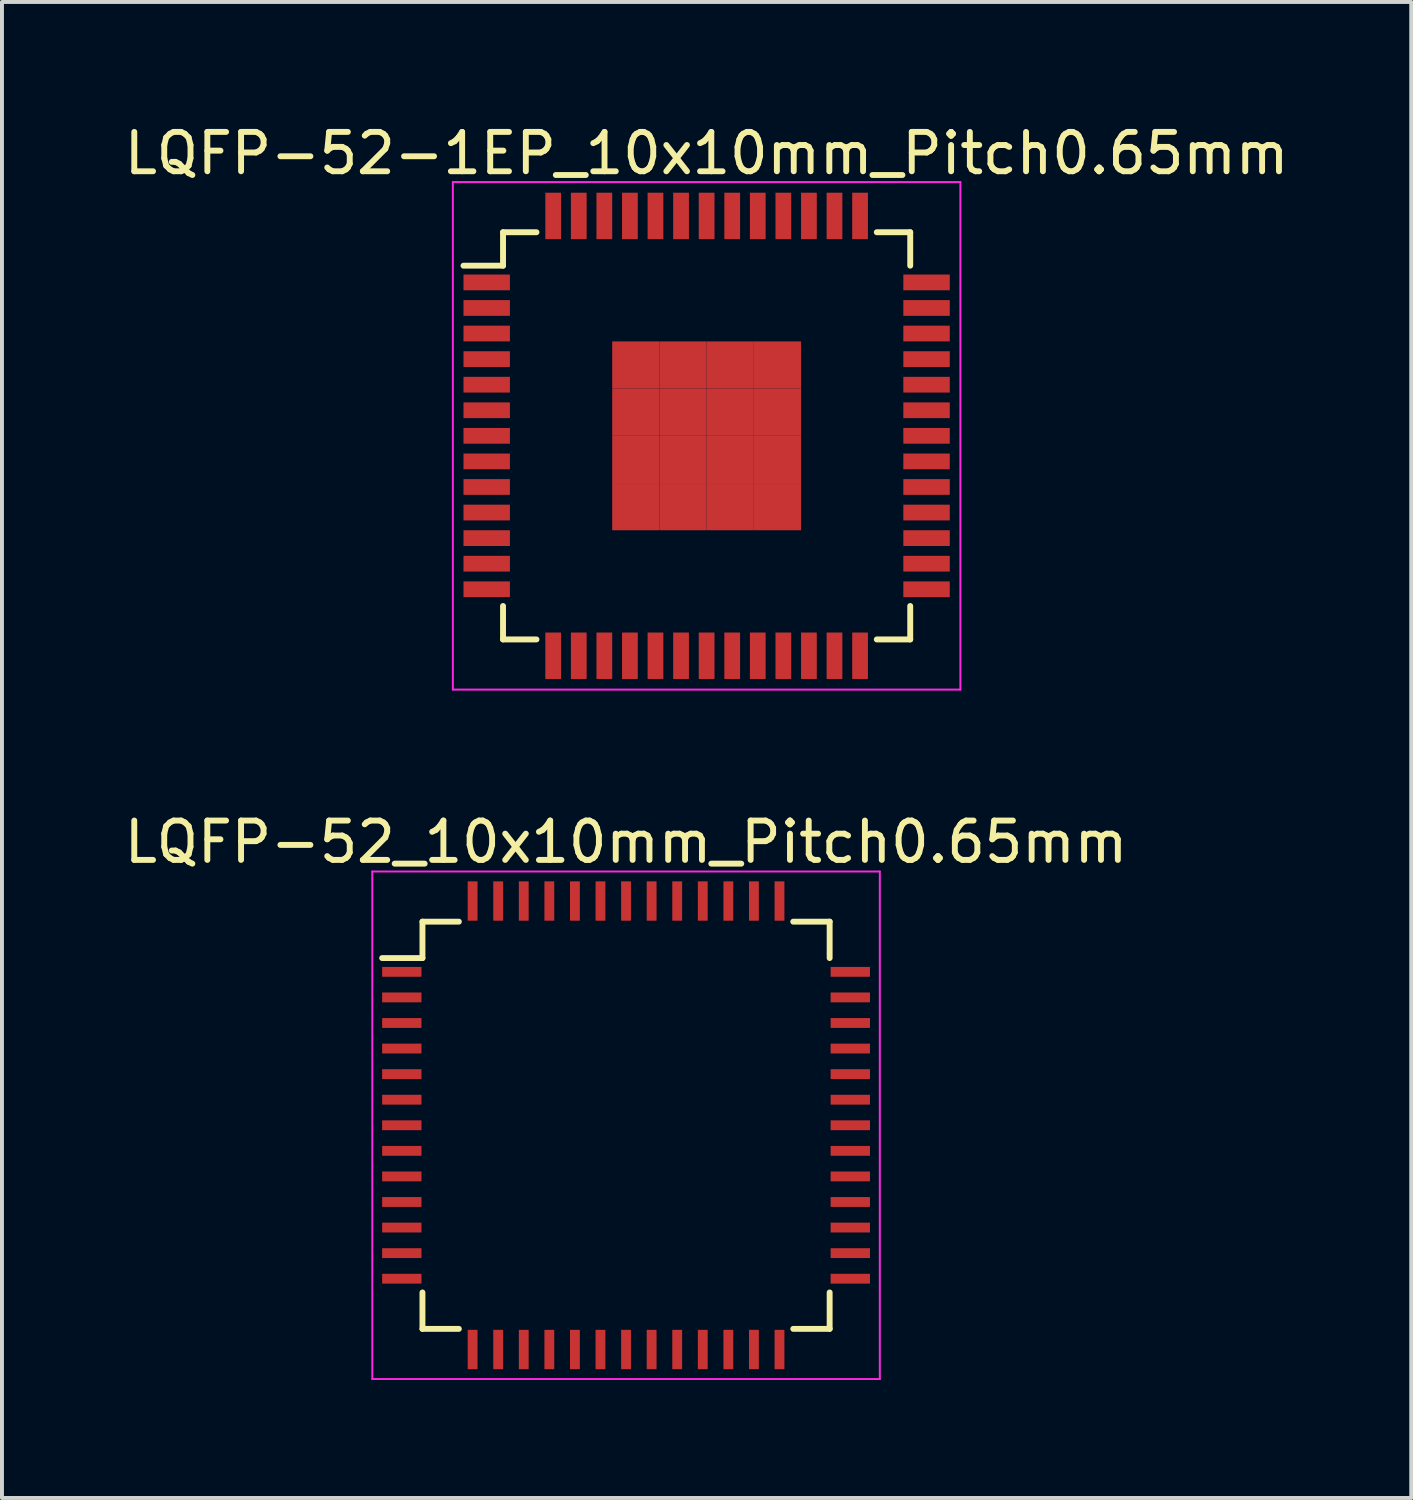
<source format=kicad_pcb>
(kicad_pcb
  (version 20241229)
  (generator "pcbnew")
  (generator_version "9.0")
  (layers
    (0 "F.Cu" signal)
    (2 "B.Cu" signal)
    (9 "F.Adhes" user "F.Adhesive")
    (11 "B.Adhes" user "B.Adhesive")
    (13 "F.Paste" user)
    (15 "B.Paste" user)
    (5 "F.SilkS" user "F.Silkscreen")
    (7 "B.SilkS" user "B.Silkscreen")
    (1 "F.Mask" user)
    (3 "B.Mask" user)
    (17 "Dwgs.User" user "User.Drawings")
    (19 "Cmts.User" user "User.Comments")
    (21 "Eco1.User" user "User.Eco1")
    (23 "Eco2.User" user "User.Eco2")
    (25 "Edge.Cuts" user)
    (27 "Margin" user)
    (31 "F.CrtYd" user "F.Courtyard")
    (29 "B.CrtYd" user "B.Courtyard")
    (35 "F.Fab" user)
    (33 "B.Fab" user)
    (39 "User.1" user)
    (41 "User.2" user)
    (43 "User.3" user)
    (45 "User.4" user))
  (footprint "LQFP-52_10x10mm_Pitch0.65mm"
    (layer "F.Cu")
    (at 12.863 25.552)
    (property "Reference" "LQFP-52_10x10mm_Pitch0.65mm" (at 0 -7.2 0) (layer "F.SilkS") (effects (font (size 1 1) (thickness 0.15))))
    (attr smd)
    (fp_line (start -5.175 -5.175) (end -5.175 -4.25) (stroke (width 0.15) (type solid)) (layer "F.SilkS"))
    (fp_line (start -5.175 -5.175) (end -4.25 -5.175) (stroke (width 0.15) (type solid)) (layer "F.SilkS"))
    (fp_line (start -5.175 -4.25) (end -6.2 -4.25) (stroke (width 0.15) (type solid)) (layer "F.SilkS"))
    (fp_line (start -5.175 5.175) (end -5.175 4.25) (stroke (width 0.15) (type solid)) (layer "F.SilkS"))
    (fp_line (start -5.175 5.175) (end -4.25 5.175) (stroke (width 0.15) (type solid)) (layer "F.SilkS"))
    (fp_line (start 5.175 -5.175) (end 4.25 -5.175) (stroke (width 0.15) (type solid)) (layer "F.SilkS"))
    (fp_line (start 5.175 -5.175) (end 5.175 -4.25) (stroke (width 0.15) (type solid)) (layer "F.SilkS"))
    (fp_line (start 5.175 5.175) (end 4.25 5.175) (stroke (width 0.15) (type solid)) (layer "F.SilkS"))
    (fp_line (start 5.175 5.175) (end 5.175 4.25) (stroke (width 0.15) (type solid)) (layer "F.SilkS"))
    (fp_line (start -6.45 -6.45) (end -6.45 6.45) (stroke (width 0.05) (type solid)) (layer "F.CrtYd"))
    (fp_line (start -6.45 -6.45) (end 6.45 -6.45) (stroke (width 0.05) (type solid)) (layer "F.CrtYd"))
    (fp_line (start -6.45 6.45) (end 6.45 6.45) (stroke (width 0.05) (type solid)) (layer "F.CrtYd"))
    (fp_line (start 6.45 -6.45) (end 6.45 6.45) (stroke (width 0.05) (type solid)) (layer "F.CrtYd"))
    (pad "1" smd rect (at -5.7 -3.9) (size 1 0.25) (layers "F.Cu" "F.Mask" "F.Paste"))
    (pad "2" smd rect (at -5.7 -3.25) (size 1 0.25) (layers "F.Cu" "F.Mask" "F.Paste"))
    (pad "3" smd rect (at -5.7 -2.6) (size 1 0.25) (layers "F.Cu" "F.Mask" "F.Paste"))
    (pad "4" smd rect (at -5.7 -1.95) (size 1 0.25) (layers "F.Cu" "F.Mask" "F.Paste"))
    (pad "5" smd rect (at -5.7 -1.3) (size 1 0.25) (layers "F.Cu" "F.Mask" "F.Paste"))
    (pad "6" smd rect (at -5.7 -0.65) (size 1 0.25) (layers "F.Cu" "F.Mask" "F.Paste"))
    (pad "7" smd rect (at -5.7 0) (size 1 0.25) (layers "F.Cu" "F.Mask" "F.Paste"))
    (pad "8" smd rect (at -5.7 0.65) (size 1 0.25) (layers "F.Cu" "F.Mask" "F.Paste"))
    (pad "9" smd rect (at -5.7 1.3) (size 1 0.25) (layers "F.Cu" "F.Mask" "F.Paste"))
    (pad "10" smd rect (at -5.7 1.95) (size 1 0.25) (layers "F.Cu" "F.Mask" "F.Paste"))
    (pad "11" smd rect (at -5.7 2.6) (size 1 0.25) (layers "F.Cu" "F.Mask" "F.Paste"))
    (pad "12" smd rect (at -5.7 3.25) (size 1 0.25) (layers "F.Cu" "F.Mask" "F.Paste"))
    (pad "13" smd rect (at -5.7 3.9) (size 1 0.25) (layers "F.Cu" "F.Mask" "F.Paste"))
    (pad "14" smd rect (at -3.9 5.7 90) (size 1 0.25) (layers "F.Cu" "F.Mask" "F.Paste"))
    (pad "15" smd rect (at -3.25 5.7 90) (size 1 0.25) (layers "F.Cu" "F.Mask" "F.Paste"))
    (pad "16" smd rect (at -2.6 5.7 90) (size 1 0.25) (layers "F.Cu" "F.Mask" "F.Paste"))
    (pad "17" smd rect (at -1.95 5.7 90) (size 1 0.25) (layers "F.Cu" "F.Mask" "F.Paste"))
    (pad "18" smd rect (at -1.3 5.7 90) (size 1 0.25) (layers "F.Cu" "F.Mask" "F.Paste"))
    (pad "19" smd rect (at -0.65 5.7 90) (size 1 0.25) (layers "F.Cu" "F.Mask" "F.Paste"))
    (pad "20" smd rect (at 0 5.7 90) (size 1 0.25) (layers "F.Cu" "F.Mask" "F.Paste"))
    (pad "21" smd rect (at 0.65 5.7 90) (size 1 0.25) (layers "F.Cu" "F.Mask" "F.Paste"))
    (pad "22" smd rect (at 1.3 5.7 90) (size 1 0.25) (layers "F.Cu" "F.Mask" "F.Paste"))
    (pad "23" smd rect (at 1.95 5.7 90) (size 1 0.25) (layers "F.Cu" "F.Mask" "F.Paste"))
    (pad "24" smd rect (at 2.6 5.7 90) (size 1 0.25) (layers "F.Cu" "F.Mask" "F.Paste"))
    (pad "25" smd rect (at 3.25 5.7 90) (size 1 0.25) (layers "F.Cu" "F.Mask" "F.Paste"))
    (pad "26" smd rect (at 3.9 5.7 90) (size 1 0.25) (layers "F.Cu" "F.Mask" "F.Paste"))
    (pad "27" smd rect (at 5.7 3.9) (size 1 0.25) (layers "F.Cu" "F.Mask" "F.Paste"))
    (pad "28" smd rect (at 5.7 3.25) (size 1 0.25) (layers "F.Cu" "F.Mask" "F.Paste"))
    (pad "29" smd rect (at 5.7 2.6) (size 1 0.25) (layers "F.Cu" "F.Mask" "F.Paste"))
    (pad "30" smd rect (at 5.7 1.95) (size 1 0.25) (layers "F.Cu" "F.Mask" "F.Paste"))
    (pad "31" smd rect (at 5.7 1.3) (size 1 0.25) (layers "F.Cu" "F.Mask" "F.Paste"))
    (pad "32" smd rect (at 5.7 0.65) (size 1 0.25) (layers "F.Cu" "F.Mask" "F.Paste"))
    (pad "33" smd rect (at 5.7 0) (size 1 0.25) (layers "F.Cu" "F.Mask" "F.Paste"))
    (pad "34" smd rect (at 5.7 -0.65) (size 1 0.25) (layers "F.Cu" "F.Mask" "F.Paste"))
    (pad "35" smd rect (at 5.7 -1.3) (size 1 0.25) (layers "F.Cu" "F.Mask" "F.Paste"))
    (pad "36" smd rect (at 5.7 -1.95) (size 1 0.25) (layers "F.Cu" "F.Mask" "F.Paste"))
    (pad "37" smd rect (at 5.7 -2.6) (size 1 0.25) (layers "F.Cu" "F.Mask" "F.Paste"))
    (pad "38" smd rect (at 5.7 -3.25) (size 1 0.25) (layers "F.Cu" "F.Mask" "F.Paste"))
    (pad "39" smd rect (at 5.7 -3.9) (size 1 0.25) (layers "F.Cu" "F.Mask" "F.Paste"))
    (pad "40" smd rect (at 3.9 -5.7 90) (size 1 0.25) (layers "F.Cu" "F.Mask" "F.Paste"))
    (pad "41" smd rect (at 3.25 -5.7 90) (size 1 0.25) (layers "F.Cu" "F.Mask" "F.Paste"))
    (pad "42" smd rect (at 2.6 -5.7 90) (size 1 0.25) (layers "F.Cu" "F.Mask" "F.Paste"))
    (pad "43" smd rect (at 1.95 -5.7 90) (size 1 0.25) (layers "F.Cu" "F.Mask" "F.Paste"))
    (pad "44" smd rect (at 1.3 -5.7 90) (size 1 0.25) (layers "F.Cu" "F.Mask" "F.Paste"))
    (pad "45" smd rect (at 0.65 -5.7 90) (size 1 0.25) (layers "F.Cu" "F.Mask" "F.Paste"))
    (pad "46" smd rect (at 0 -5.7 90) (size 1 0.25) (layers "F.Cu" "F.Mask" "F.Paste"))
    (pad "47" smd rect (at -0.65 -5.7 90) (size 1 0.25) (layers "F.Cu" "F.Mask" "F.Paste"))
    (pad "48" smd rect (at -1.3 -5.7 90) (size 1 0.25) (layers "F.Cu" "F.Mask" "F.Paste"))
    (pad "49" smd rect (at -1.95 -5.7 90) (size 1 0.25) (layers "F.Cu" "F.Mask" "F.Paste"))
    (pad "50" smd rect (at -2.6 -5.7 90) (size 1 0.25) (layers "F.Cu" "F.Mask" "F.Paste"))
    (pad "51" smd rect (at -3.25 -5.7 90) (size 1 0.25) (layers "F.Cu" "F.Mask" "F.Paste"))
    (pad "52" smd rect (at -3.9 -5.7 90) (size 1 0.25) (layers "F.Cu" "F.Mask" "F.Paste")))
  (footprint "LQFP-52-1EP_10x10mm_Pitch0.65mm"
    (layer "F.Cu")
    (at 14.911 8.028)
    (property "Reference" "LQFP-52-1EP_10x10mm_Pitch0.65mm" (at 0 -7.18 0) (layer "F.SilkS") (effects (font (size 1 1) (thickness 0.15))))
    (attr smd)
    (fp_line (start -5.175 -5.175) (end -5.175 -4.325) (stroke (width 0.15) (type solid)) (layer "F.SilkS"))
    (fp_line (start -5.175 -5.175) (end -4.325 -5.175) (stroke (width 0.15) (type solid)) (layer "F.SilkS"))
    (fp_line (start -5.175 -4.325) (end -6.18 -4.325) (stroke (width 0.15) (type solid)) (layer "F.SilkS"))
    (fp_line (start -5.175 5.175) (end -5.175 4.325) (stroke (width 0.15) (type solid)) (layer "F.SilkS"))
    (fp_line (start -5.175 5.175) (end -4.325 5.175) (stroke (width 0.15) (type solid)) (layer "F.SilkS"))
    (fp_line (start 5.175 -5.175) (end 4.325 -5.175) (stroke (width 0.15) (type solid)) (layer "F.SilkS"))
    (fp_line (start 5.175 -5.175) (end 5.175 -4.325) (stroke (width 0.15) (type solid)) (layer "F.SilkS"))
    (fp_line (start 5.175 5.175) (end 4.325 5.175) (stroke (width 0.15) (type solid)) (layer "F.SilkS"))
    (fp_line (start 5.175 5.175) (end 5.175 4.325) (stroke (width 0.15) (type solid)) (layer "F.SilkS"))
    (fp_line (start -6.45 -6.45) (end -6.45 6.45) (stroke (width 0.05) (type solid)) (layer "F.CrtYd"))
    (fp_line (start -6.45 -6.45) (end 6.45 -6.45) (stroke (width 0.05) (type solid)) (layer "F.CrtYd"))
    (fp_line (start -6.45 6.45) (end 6.45 6.45) (stroke (width 0.05) (type solid)) (layer "F.CrtYd"))
    (fp_line (start 6.45 -6.45) (end 6.45 6.45) (stroke (width 0.05) (type solid)) (layer "F.CrtYd"))
    (pad "1" smd rect (at -5.59 -3.9) (size 1.18 0.4) (layers "F.Cu" "F.Mask" "F.Paste"))
    (pad "2" smd rect (at -5.59 -3.25) (size 1.18 0.4) (layers "F.Cu" "F.Mask" "F.Paste"))
    (pad "3" smd rect (at -5.59 -2.6) (size 1.18 0.4) (layers "F.Cu" "F.Mask" "F.Paste"))
    (pad "4" smd rect (at -5.59 -1.95) (size 1.18 0.4) (layers "F.Cu" "F.Mask" "F.Paste"))
    (pad "5" smd rect (at -5.59 -1.3) (size 1.18 0.4) (layers "F.Cu" "F.Mask" "F.Paste"))
    (pad "6" smd rect (at -5.59 -0.65) (size 1.18 0.4) (layers "F.Cu" "F.Mask" "F.Paste"))
    (pad "7" smd rect (at -5.59 0) (size 1.18 0.4) (layers "F.Cu" "F.Mask" "F.Paste"))
    (pad "8" smd rect (at -5.59 0.65) (size 1.18 0.4) (layers "F.Cu" "F.Mask" "F.Paste"))
    (pad "9" smd rect (at -5.59 1.3) (size 1.18 0.4) (layers "F.Cu" "F.Mask" "F.Paste"))
    (pad "10" smd rect (at -5.59 1.95) (size 1.18 0.4) (layers "F.Cu" "F.Mask" "F.Paste"))
    (pad "11" smd rect (at -5.59 2.6) (size 1.18 0.4) (layers "F.Cu" "F.Mask" "F.Paste"))
    (pad "12" smd rect (at -5.59 3.25) (size 1.18 0.4) (layers "F.Cu" "F.Mask" "F.Paste"))
    (pad "13" smd rect (at -5.59 3.9) (size 1.18 0.4) (layers "F.Cu" "F.Mask" "F.Paste"))
    (pad "14" smd rect (at -3.9 5.59 90) (size 1.18 0.4) (layers "F.Cu" "F.Mask" "F.Paste"))
    (pad "15" smd rect (at -3.25 5.59 90) (size 1.18 0.4) (layers "F.Cu" "F.Mask" "F.Paste"))
    (pad "16" smd rect (at -2.6 5.59 90) (size 1.18 0.4) (layers "F.Cu" "F.Mask" "F.Paste"))
    (pad "17" smd rect (at -1.95 5.59 90) (size 1.18 0.4) (layers "F.Cu" "F.Mask" "F.Paste"))
    (pad "18" smd rect (at -1.3 5.59 90) (size 1.18 0.4) (layers "F.Cu" "F.Mask" "F.Paste"))
    (pad "19" smd rect (at -0.65 5.59 90) (size 1.18 0.4) (layers "F.Cu" "F.Mask" "F.Paste"))
    (pad "20" smd rect (at 0 5.59 90) (size 1.18 0.4) (layers "F.Cu" "F.Mask" "F.Paste"))
    (pad "21" smd rect (at 0.65 5.59 90) (size 1.18 0.4) (layers "F.Cu" "F.Mask" "F.Paste"))
    (pad "22" smd rect (at 1.3 5.59 90) (size 1.18 0.4) (layers "F.Cu" "F.Mask" "F.Paste"))
    (pad "23" smd rect (at 1.95 5.59 90) (size 1.18 0.4) (layers "F.Cu" "F.Mask" "F.Paste"))
    (pad "24" smd rect (at 2.6 5.59 90) (size 1.18 0.4) (layers "F.Cu" "F.Mask" "F.Paste"))
    (pad "25" smd rect (at 3.25 5.59 90) (size 1.18 0.4) (layers "F.Cu" "F.Mask" "F.Paste"))
    (pad "26" smd rect (at 3.9 5.59 90) (size 1.18 0.4) (layers "F.Cu" "F.Mask" "F.Paste"))
    (pad "27" smd rect (at 5.59 3.9) (size 1.18 0.4) (layers "F.Cu" "F.Mask" "F.Paste"))
    (pad "28" smd rect (at 5.59 3.25) (size 1.18 0.4) (layers "F.Cu" "F.Mask" "F.Paste"))
    (pad "29" smd rect (at 5.59 2.6) (size 1.18 0.4) (layers "F.Cu" "F.Mask" "F.Paste"))
    (pad "30" smd rect (at 5.59 1.95) (size 1.18 0.4) (layers "F.Cu" "F.Mask" "F.Paste"))
    (pad "31" smd rect (at 5.59 1.3) (size 1.18 0.4) (layers "F.Cu" "F.Mask" "F.Paste"))
    (pad "32" smd rect (at 5.59 0.65) (size 1.18 0.4) (layers "F.Cu" "F.Mask" "F.Paste"))
    (pad "33" smd rect (at 5.59 0) (size 1.18 0.4) (layers "F.Cu" "F.Mask" "F.Paste"))
    (pad "34" smd rect (at 5.59 -0.65) (size 1.18 0.4) (layers "F.Cu" "F.Mask" "F.Paste"))
    (pad "35" smd rect (at 5.59 -1.3) (size 1.18 0.4) (layers "F.Cu" "F.Mask" "F.Paste"))
    (pad "36" smd rect (at 5.59 -1.95) (size 1.18 0.4) (layers "F.Cu" "F.Mask" "F.Paste"))
    (pad "37" smd rect (at 5.59 -2.6) (size 1.18 0.4) (layers "F.Cu" "F.Mask" "F.Paste"))
    (pad "38" smd rect (at 5.59 -3.25) (size 1.18 0.4) (layers "F.Cu" "F.Mask" "F.Paste"))
    (pad "39" smd rect (at 5.59 -3.9) (size 1.18 0.4) (layers "F.Cu" "F.Mask" "F.Paste"))
    (pad "40" smd rect (at 3.9 -5.59 90) (size 1.18 0.4) (layers "F.Cu" "F.Mask" "F.Paste"))
    (pad "41" smd rect (at 3.25 -5.59 90) (size 1.18 0.4) (layers "F.Cu" "F.Mask" "F.Paste"))
    (pad "42" smd rect (at 2.6 -5.59 90) (size 1.18 0.4) (layers "F.Cu" "F.Mask" "F.Paste"))
    (pad "43" smd rect (at 1.95 -5.59 90) (size 1.18 0.4) (layers "F.Cu" "F.Mask" "F.Paste"))
    (pad "44" smd rect (at 1.3 -5.59 90) (size 1.18 0.4) (layers "F.Cu" "F.Mask" "F.Paste"))
    (pad "45" smd rect (at 0.65 -5.59 90) (size 1.18 0.4) (layers "F.Cu" "F.Mask" "F.Paste"))
    (pad "46" smd rect (at 0 -5.59 90) (size 1.18 0.4) (layers "F.Cu" "F.Mask" "F.Paste"))
    (pad "47" smd rect (at -0.65 -5.59 90) (size 1.18 0.4) (layers "F.Cu" "F.Mask" "F.Paste"))
    (pad "48" smd rect (at -1.3 -5.59 90) (size 1.18 0.4) (layers "F.Cu" "F.Mask" "F.Paste"))
    (pad "49" smd rect (at -1.95 -5.59 90) (size 1.18 0.4) (layers "F.Cu" "F.Mask" "F.Paste"))
    (pad "50" smd rect (at -2.6 -5.59 90) (size 1.18 0.4) (layers "F.Cu" "F.Mask" "F.Paste"))
    (pad "51" smd rect (at -3.25 -5.59 90) (size 1.18 0.4) (layers "F.Cu" "F.Mask" "F.Paste"))
    (pad "52" smd rect (at -3.9 -5.59 90) (size 1.18 0.4) (layers "F.Cu" "F.Mask" "F.Paste"))
    (pad "53" smd rect (at -1.8 -1.8) (size 1.2 1.2) (layers "F.Cu" "F.Mask" "F.Paste"))
    (pad "53" smd rect (at -1.8 -0.6) (size 1.2 1.2) (layers "F.Cu" "F.Mask" "F.Paste"))
    (pad "53" smd rect (at -1.8 0.6) (size 1.2 1.2) (layers "F.Cu" "F.Mask" "F.Paste"))
    (pad "53" smd rect (at -1.8 1.8) (size 1.2 1.2) (layers "F.Cu" "F.Mask" "F.Paste"))
    (pad "53" smd rect (at -0.6 -1.8) (size 1.2 1.2) (layers "F.Cu" "F.Mask" "F.Paste"))
    (pad "53" smd rect (at -0.6 -0.6) (size 1.2 1.2) (layers "F.Cu" "F.Mask" "F.Paste"))
    (pad "53" smd rect (at -0.6 0.6) (size 1.2 1.2) (layers "F.Cu" "F.Mask" "F.Paste"))
    (pad "53" smd rect (at -0.6 1.8) (size 1.2 1.2) (layers "F.Cu" "F.Mask" "F.Paste"))
    (pad "53" smd rect (at 0.6 -1.8) (size 1.2 1.2) (layers "F.Cu" "F.Mask" "F.Paste"))
    (pad "53" smd rect (at 0.6 -0.6) (size 1.2 1.2) (layers "F.Cu" "F.Mask" "F.Paste"))
    (pad "53" smd rect (at 0.6 0.6) (size 1.2 1.2) (layers "F.Cu" "F.Mask" "F.Paste"))
    (pad "53" smd rect (at 0.6 1.8) (size 1.2 1.2) (layers "F.Cu" "F.Mask" "F.Paste"))
    (pad "53" smd rect (at 1.8 -1.8) (size 1.2 1.2) (layers "F.Cu" "F.Mask" "F.Paste"))
    (pad "53" smd rect (at 1.8 -0.6) (size 1.2 1.2) (layers "F.Cu" "F.Mask" "F.Paste"))
    (pad "53" smd rect (at 1.8 0.6) (size 1.2 1.2) (layers "F.Cu" "F.Mask" "F.Paste"))
    (pad "53" smd rect (at 1.8 1.8) (size 1.2 1.2) (layers "F.Cu" "F.Mask" "F.Paste")))
  (gr_rect
    (start -3 -3)
    (end 32.821 35.026)
    (stroke (width 0.1) (type default))
    (fill no)
    (layer "Edge.Cuts")))
</source>
